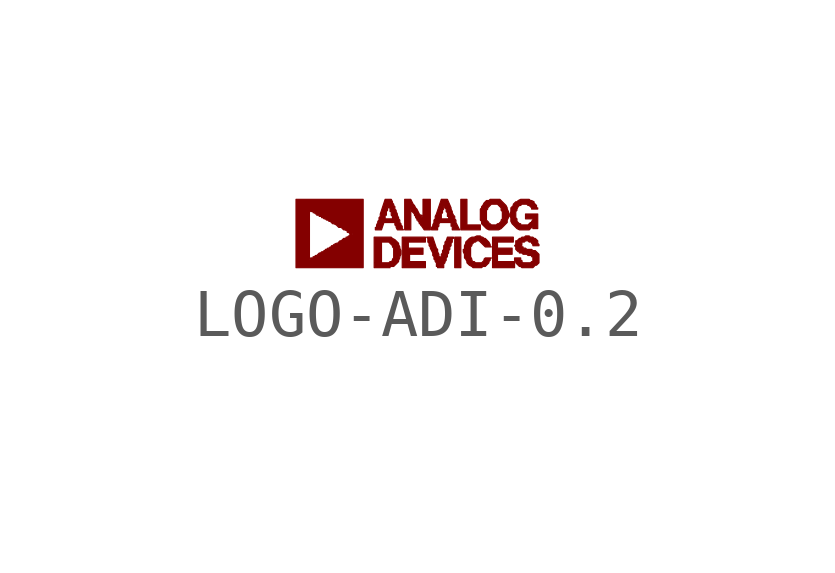
<source format=kicad_sym>
(kicad_symbol_lib
  (version 20201005)
  (generator kicad_symbol_editor)
  (symbol "LOGO-ADI-0.2"
    (pin_names
      (offset 1.016))
    (property "Reference" "#G"
      (at 0 0.051 0)
      (effects (font (size 1.524 1.524)) hide))
    (symbol "LOGO-ADI-0.2_0_0"
      (polyline (pts (xy 0.889 -0.076) (xy 0.762 -0.076) (xy 0.762 -0.711) (xy 0.889 -0.711) (xy 0.889 -0.076)) (stroke (width 0.025)) (fill (type outline)))
      (polyline (pts (xy 1.295 0.178) (xy 1.016 0.178) (xy 1.016 0.711) (xy 0.889 0.711) (xy 0.889 0.076) (xy 1.295 0.076) (xy 1.295 0.178)) (stroke (width 0.025)) (fill (type outline)))
      (polyline (pts (xy 0.152 -0.584) (xy -0.178 -0.584) (xy -0.178 -0.432) (xy 0.102 -0.432) (xy 0.102 -0.305) (xy -0.203 -0.305) (xy -0.203 -0.178) (xy 0.152 -0.178) (xy 0.152 -0.076) (xy -0.33 -0.076) (xy -0.33 -0.711) (xy 0.152 -0.711) (xy 0.152 -0.584)) (stroke (width 0.025)) (fill (type outline)))
      (polyline (pts (xy 2.007 -0.584) (xy 1.651 -0.584) (xy 1.651 -0.432) (xy 1.956 -0.432) (xy 1.956 -0.305) (xy 1.651 -0.305) (xy 1.651 -0.178) (xy 1.981 -0.178) (xy 1.981 -0.076) (xy 1.549 -0.076) (xy 1.549 -0.711) (xy 2.007 -0.711) (xy 2.007 -0.584)) (stroke (width 0.025)) (fill (type outline)))
      (polyline (pts (xy -0.152 0.508) (xy -0.127 0.457) (xy -0.076 0.406) (xy -0.076 0.381) (xy -0.051 0.356) (xy -0.051 0.33) (xy -0.025 0.305) (xy -0.025 0.279) (xy 0 0.279) (xy 0 0.254) (xy 0.025 0.229) (xy 0.025 0.203) (xy 0.051 0.203) (xy 0.051 0.178) (xy 0.076 0.152) (xy 0.127 0.076) (xy 0.254 0.076) (xy 0.254 0.711) (xy 0.102 0.711) (xy 0.102 0.33) (xy 0.076 0.33) (xy 0.076 0.381) (xy 0.051 0.381) (xy 0.025 0.406) (xy -0.025 0.508) (xy -0.051 0.533) (xy -0.076 0.584) (xy -0.102 0.61) (xy -0.152 0.711) (xy -0.279 0.711) (xy -0.279 0.076) (xy -0.152 0.076) (xy -0.152 0.508)) (stroke (width 0.025)) (fill (type outline)))
      (polyline (pts (xy -0.584 -0.686) (xy -0.508 -0.686) (xy -0.406 -0.584) (xy -0.406 -0.559) (xy -0.381 -0.508) (xy -0.381 -0.483) (xy -0.356 -0.432) (xy -0.356 -0.356) (xy -0.381 -0.305) (xy -0.381 -0.279) (xy -0.406 -0.229) (xy -0.406 -0.203) (xy -0.483 -0.127) (xy -0.533 -0.102) (xy -0.559 -0.076) (xy -0.914 -0.076) (xy -0.914 -0.61) (xy -0.762 -0.61) (xy -0.762 -0.178) (xy -0.61 -0.178) (xy -0.533 -0.254) (xy -0.533 -0.279) (xy -0.508 -0.305) (xy -0.508 -0.508) (xy -0.533 -0.533) (xy -0.533 -0.559) (xy -0.559 -0.584) (xy -0.584 -0.584) (xy -0.61 -0.61) (xy -0.762 -0.61) (xy -0.914 -0.61) (xy -0.914 -0.711) (xy -0.584 -0.711) (xy -0.584 -0.686)) (stroke (width 0.025)) (fill (type outline)))
      (polyline (pts (xy 1.727 0.102) (xy 1.854 0.229) (xy 1.854 0.279) (xy 1.88 0.33) (xy 1.88 0.457) (xy 1.854 0.508) (xy 1.854 0.533) (xy 1.829 0.584) (xy 1.702 0.711) (xy 1.499 0.711) (xy 1.473 0.686) (xy 1.422 0.686) (xy 1.372 0.635) (xy 1.346 0.584) (xy 1.321 0.559) (xy 1.321 0.533) (xy 1.295 0.508) (xy 1.295 0.279) (xy 1.422 0.279) (xy 1.422 0.483) (xy 1.448 0.508) (xy 1.448 0.533) (xy 1.524 0.61) (xy 1.651 0.61) (xy 1.727 0.533) (xy 1.727 0.483) (xy 1.753 0.457) (xy 1.753 0.305) (xy 1.727 0.279) (xy 1.727 0.254) (xy 1.676 0.203) (xy 1.651 0.203) (xy 1.626 0.178) (xy 1.524 0.178) (xy 1.499 0.203) (xy 1.473 0.203) (xy 1.473 0.229) (xy 1.422 0.279) (xy 1.295 0.279) (xy 1.321 0.254) (xy 1.321 0.203) (xy 1.422 0.102) (xy 1.473 0.076) (xy 1.676 0.076) (xy 1.727 0.102)) (stroke (width 0.025)) (fill (type outline)))
      (polyline (pts (xy 0.406 0.127) (xy 0.432 0.152) (xy 0.432 0.203) (xy 0.457 0.229) (xy 0.686 0.229) (xy 0.686 0.152) (xy 0.711 0.152) (xy 0.711 0.076) (xy 0.864 0.076) (xy 0.787 0.229) (xy 0.787 0.279) (xy 0.762 0.305) (xy 0.762 0.356) (xy 0.737 0.381) (xy 0.711 0.432) (xy 0.711 0.457) (xy 0.686 0.508) (xy 0.686 0.533) (xy 0.61 0.711) (xy 0.483 0.711) (xy 0.381 0.406) (xy 0.356 0.356) (xy 0.356 0.33) (xy 0.356 0.305) (xy 0.483 0.305) (xy 0.483 0.406) (xy 0.508 0.432) (xy 0.508 0.483) (xy 0.533 0.508) (xy 0.533 0.559) (xy 0.559 0.559) (xy 0.559 0.533) (xy 0.584 0.508) (xy 0.584 0.457) (xy 0.61 0.432) (xy 0.61 0.356) (xy 0.635 0.356) (xy 0.635 0.305) (xy 0.483 0.305) (xy 0.356 0.305) (xy 0.33 0.279) (xy 0.33 0.229) (xy 0.305 0.178) (xy 0.305 0.152) (xy 0.279 0.127) (xy 0.279 0.076) (xy 0.406 0.076) (xy 0.406 0.127)) (stroke (width 0.025)) (fill (type outline)))
      (polyline (pts (xy 0.533 -0.635) (xy 0.559 -0.61) (xy 0.559 -0.584) (xy 0.584 -0.559) (xy 0.584 -0.508) (xy 0.61 -0.483) (xy 0.61 -0.432) (xy 0.635 -0.406) (xy 0.635 -0.356) (xy 0.66 -0.33) (xy 0.66 -0.279) (xy 0.686 -0.254) (xy 0.686 -0.203) (xy 0.711 -0.178) (xy 0.711 -0.102) (xy 0.737 -0.102) (xy 0.737 -0.076) (xy 0.61 -0.076) (xy 0.584 -0.152) (xy 0.559 -0.178) (xy 0.559 -0.229) (xy 0.533 -0.254) (xy 0.533 -0.33) (xy 0.508 -0.356) (xy 0.508 -0.406) (xy 0.483 -0.432) (xy 0.483 -0.483) (xy 0.457 -0.508) (xy 0.457 -0.483) (xy 0.432 -0.483) (xy 0.432 -0.432) (xy 0.406 -0.381) (xy 0.406 -0.33) (xy 0.381 -0.305) (xy 0.305 -0.076) (xy 0.178 -0.076) (xy 0.203 -0.102) (xy 0.203 -0.178) (xy 0.229 -0.203) (xy 0.229 -0.254) (xy 0.254 -0.279) (xy 0.254 -0.305) (xy 0.305 -0.406) (xy 0.305 -0.457) (xy 0.33 -0.483) (xy 0.33 -0.533) (xy 0.356 -0.559) (xy 0.356 -0.584) (xy 0.381 -0.61) (xy 0.381 -0.686) (xy 0.406 -0.686) (xy 0.406 -0.711) (xy 0.533 -0.711) (xy 0.533 -0.635)) (stroke (width 0.025)) (fill (type outline)))
      (polyline (pts (xy 1.346 -0.686) (xy 1.397 -0.686) (xy 1.473 -0.61) (xy 1.473 -0.584) (xy 1.499 -0.559) (xy 1.499 -0.533) (xy 1.524 -0.508) (xy 1.397 -0.508) (xy 1.372 -0.533) (xy 1.372 -0.559) (xy 1.321 -0.61) (xy 1.194 -0.61) (xy 1.168 -0.584) (xy 1.143 -0.584) (xy 1.118 -0.559) (xy 1.118 -0.533) (xy 1.092 -0.483) (xy 1.092 -0.279) (xy 1.118 -0.254) (xy 1.118 -0.229) (xy 1.168 -0.178) (xy 1.194 -0.178) (xy 1.219 -0.152) (xy 1.27 -0.152) (xy 1.397 -0.279) (xy 1.524 -0.279) (xy 1.499 -0.254) (xy 1.499 -0.229) (xy 1.473 -0.178) (xy 1.397 -0.102) (xy 1.372 -0.102) (xy 1.346 -0.076) (xy 1.321 -0.076) (xy 1.295 -0.051) (xy 1.219 -0.051) (xy 1.168 -0.076) (xy 1.118 -0.076) (xy 1.067 -0.102) (xy 0.991 -0.178) (xy 0.991 -0.203) (xy 0.965 -0.254) (xy 0.965 -0.33) (xy 0.94 -0.33) (xy 0.94 -0.381) (xy 0.965 -0.432) (xy 0.965 -0.508) (xy 0.991 -0.533) (xy 1.016 -0.584) (xy 1.016 -0.61) (xy 1.067 -0.66) (xy 1.118 -0.686) (xy 1.143 -0.711) (xy 1.321 -0.711) (xy 1.346 -0.686)) (stroke (width 0.025)) (fill (type outline)))
      (polyline (pts (xy -0.711 0.229) (xy -0.483 0.229) (xy -0.483 0.178) (xy -0.457 0.152) (xy -0.457 0.127) (xy -0.432 0.076) (xy -0.305 0.076) (xy -0.33 0.102) (xy -0.33 0.152) (xy -0.356 0.178) (xy -0.356 0.203) (xy -0.381 0.229) (xy -0.381 0.279) (xy -0.406 0.305) (xy -0.406 0.33) (xy -0.432 0.381) (xy -0.432 0.406) (xy -0.457 0.457) (xy -0.457 0.483) (xy -0.483 0.508) (xy -0.483 0.559) (xy -0.508 0.584) (xy -0.508 0.61) (xy -0.533 0.635) (xy -0.533 0.66) (xy -0.559 0.711) (xy -0.686 0.711) (xy -0.787 0.406) (xy -0.787 0.356) (xy -0.813 0.33) (xy -0.813 0.305) (xy -0.686 0.305) (xy -0.686 0.381) (xy -0.66 0.381) (xy -0.66 0.457) (xy -0.635 0.483) (xy -0.635 0.533) (xy -0.61 0.559) (xy -0.61 0.533) (xy -0.584 0.533) (xy -0.584 0.457) (xy -0.559 0.457) (xy -0.559 0.381) (xy -0.533 0.356) (xy -0.533 0.305) (xy -0.686 0.305) (xy -0.813 0.305) (xy -0.813 0.279) (xy -0.838 0.254) (xy -0.838 0.229) (xy -0.864 0.178) (xy -0.864 0.127) (xy -0.889 0.127) (xy -0.889 0.076) (xy -0.762 0.076) (xy -0.711 0.229)) (stroke (width 0.025)) (fill (type outline)))
      (polyline (pts (xy 2.388 0.152) (xy 2.388 0.102) (xy 2.489 0.102) (xy 2.489 0.406) (xy 2.235 0.406) (xy 2.235 0.305) (xy 2.388 0.305) (xy 2.388 0.279) (xy 2.362 0.254) (xy 2.362 0.229) (xy 2.337 0.229) (xy 2.286 0.178) (xy 2.134 0.178) (xy 2.134 0.203) (xy 2.108 0.203) (xy 2.057 0.254) (xy 2.057 0.305) (xy 2.032 0.33) (xy 2.032 0.457) (xy 2.057 0.483) (xy 2.057 0.508) (xy 2.083 0.559) (xy 2.108 0.584) (xy 2.134 0.584) (xy 2.159 0.61) (xy 2.261 0.61) (xy 2.286 0.584) (xy 2.311 0.584) (xy 2.362 0.533) (xy 2.362 0.508) (xy 2.489 0.508) (xy 2.489 0.533) (xy 2.464 0.533) (xy 2.464 0.584) (xy 2.413 0.635) (xy 2.413 0.66) (xy 2.362 0.686) (xy 2.337 0.686) (xy 2.311 0.711) (xy 2.134 0.711) (xy 2.083 0.686) (xy 2.057 0.66) (xy 2.032 0.66) (xy 1.981 0.61) (xy 1.981 0.584) (xy 1.93 0.533) (xy 1.93 0.457) (xy 1.905 0.406) (xy 1.905 0.356) (xy 1.93 0.33) (xy 1.93 0.254) (xy 1.956 0.203) (xy 2.057 0.102) (xy 2.108 0.076) (xy 2.311 0.076) (xy 2.388 0.152)) (stroke (width 0.025)) (fill (type outline)))
      (polyline (pts (xy 2.438 -0.66) (xy 2.464 -0.66) (xy 2.515 -0.61) (xy 2.515 -0.432) (xy 2.438 -0.356) (xy 2.388 -0.356) (xy 2.362 -0.33) (xy 2.261 -0.33) (xy 2.235 -0.305) (xy 2.184 -0.305) (xy 2.184 -0.279) (xy 2.159 -0.279) (xy 2.159 -0.254) (xy 2.134 -0.229) (xy 2.159 -0.229) (xy 2.159 -0.178) (xy 2.21 -0.178) (xy 2.235 -0.152) (xy 2.286 -0.152) (xy 2.311 -0.178) (xy 2.362 -0.178) (xy 2.362 -0.203) (xy 2.388 -0.229) (xy 2.388 -0.254) (xy 2.515 -0.254) (xy 2.515 -0.229) (xy 2.489 -0.203) (xy 2.489 -0.152) (xy 2.438 -0.102) (xy 2.413 -0.102) (xy 2.388 -0.076) (xy 2.337 -0.076) (xy 2.311 -0.051) (xy 2.235 -0.051) (xy 2.21 -0.076) (xy 2.159 -0.076) (xy 2.134 -0.102) (xy 2.108 -0.102) (xy 2.057 -0.152) (xy 2.032 -0.152) (xy 2.032 -0.229) (xy 2.007 -0.254) (xy 2.032 -0.279) (xy 2.032 -0.33) (xy 2.083 -0.381) (xy 2.108 -0.381) (xy 2.108 -0.406) (xy 2.159 -0.406) (xy 2.184 -0.432) (xy 2.261 -0.432) (xy 2.286 -0.457) (xy 2.362 -0.457) (xy 2.362 -0.483) (xy 2.388 -0.483) (xy 2.388 -0.584) (xy 2.362 -0.584) (xy 2.337 -0.61) (xy 2.184 -0.61) (xy 2.159 -0.584) (xy 2.159 -0.559) (xy 2.134 -0.559) (xy 2.134 -0.508) (xy 2.007 -0.508) (xy 2.007 -0.559) (xy 2.032 -0.584) (xy 2.032 -0.61) (xy 2.108 -0.686) (xy 2.134 -0.686) (xy 2.159 -0.711) (xy 2.388 -0.711) (xy 2.438 -0.66)) (stroke (width 0.025)) (fill (type outline)))
      (polyline (pts (xy -1.143 0.711) (xy -2.54 0.711) (xy -2.54 -0.533) (xy -2.261 -0.533) (xy -2.261 0.483) (xy -2.235 0.483) (xy -2.235 0.457) (xy -2.184 0.457) (xy -2.184 0.432) (xy -2.159 0.432) (xy -2.134 0.406) (xy -2.108 0.406) (xy -2.108 0.381) (xy -2.057 0.381) (xy -2.057 0.356) (xy -2.007 0.356) (xy -2.007 0.33) (xy -1.981 0.33) (xy -1.956 0.305) (xy -1.93 0.305) (xy -1.905 0.279) (xy -1.88 0.279) (xy -1.854 0.254) (xy -1.829 0.254) (xy -1.778 0.203) (xy -1.753 0.203) (xy -1.702 0.178) (xy -1.651 0.127) (xy -1.6 0.127) (xy -1.549 0.076) (xy -1.524 0.076) (xy -1.473 0.051) (xy -1.473 0.025) (xy -1.448 0.025) (xy -1.422 0) (xy -1.372 0) (xy -1.372 -0.025) (xy -1.422 -0.025) (xy -1.422 -0.051) (xy -1.448 -0.051) (xy -1.473 -0.076) (xy -1.499 -0.076) (xy -1.499 -0.102) (xy -1.549 -0.102) (xy -1.6 -0.152) (xy -1.626 -0.152) (xy -1.676 -0.203) (xy -1.702 -0.203) (xy -1.753 -0.229) (xy -1.778 -0.254) (xy -1.803 -0.254) (xy -1.803 -0.279) (xy -1.829 -0.279) (xy -1.854 -0.305) (xy -1.88 -0.305) (xy -1.905 -0.33) (xy -1.93 -0.33) (xy -1.93 -0.356) (xy -1.956 -0.356) (xy -1.981 -0.381) (xy -2.007 -0.381) (xy -2.032 -0.406) (xy -2.057 -0.406) (xy -2.108 -0.457) (xy -2.134 -0.457) (xy -2.159 -0.483) (xy -2.184 -0.483) (xy -2.184 -0.508) (xy -2.235 -0.508) (xy -2.235 -0.533) (xy -2.261 -0.533) (xy -2.54 -0.533) (xy -2.54 -0.711) (xy -1.143 -0.711) (xy -1.143 0.711)) (stroke (width 0.025)) (fill (type outline))))))
</source>
